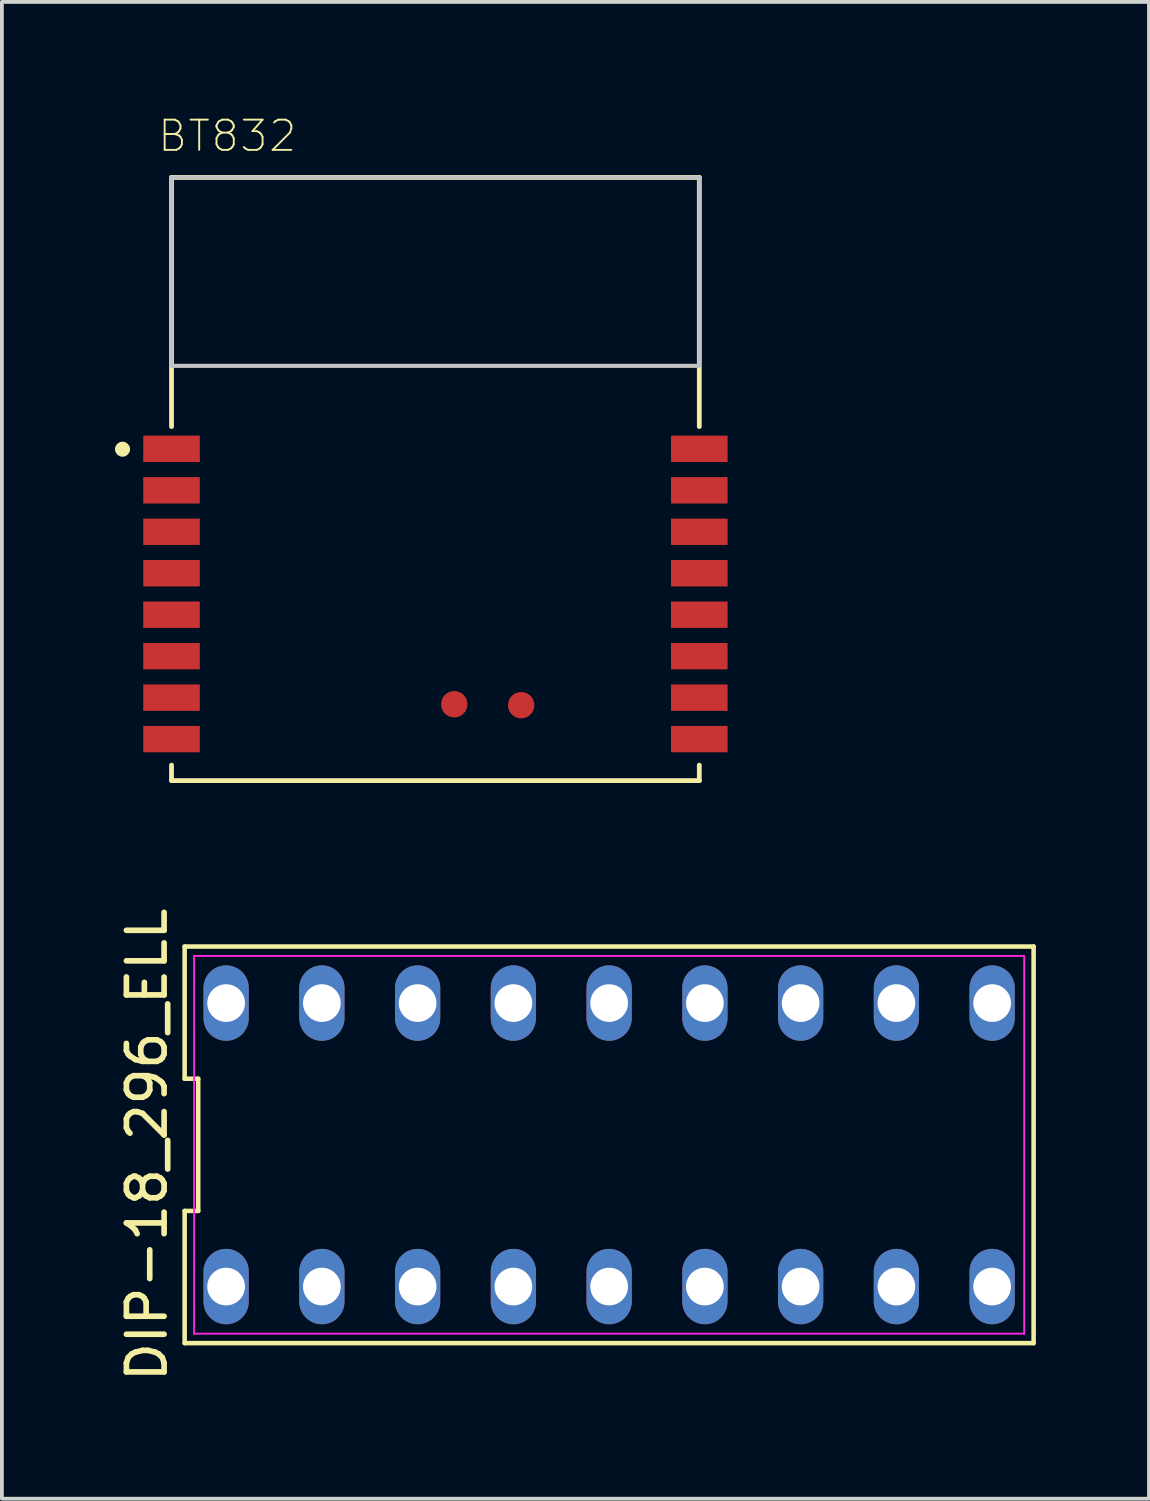
<source format=kicad_pcb>
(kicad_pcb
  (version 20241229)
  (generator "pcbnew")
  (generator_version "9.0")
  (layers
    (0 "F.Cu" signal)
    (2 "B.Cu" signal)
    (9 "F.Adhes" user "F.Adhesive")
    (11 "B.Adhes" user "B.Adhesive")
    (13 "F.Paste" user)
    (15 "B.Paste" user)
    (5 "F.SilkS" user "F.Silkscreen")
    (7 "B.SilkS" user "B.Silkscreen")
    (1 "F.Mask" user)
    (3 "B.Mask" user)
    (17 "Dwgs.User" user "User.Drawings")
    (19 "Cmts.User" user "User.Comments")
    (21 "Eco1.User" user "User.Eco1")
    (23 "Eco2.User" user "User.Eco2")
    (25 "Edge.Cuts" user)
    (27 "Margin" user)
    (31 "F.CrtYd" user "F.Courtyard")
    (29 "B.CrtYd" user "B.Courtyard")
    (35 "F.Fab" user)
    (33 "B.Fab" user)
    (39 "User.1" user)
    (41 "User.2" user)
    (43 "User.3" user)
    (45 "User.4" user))
  (footprint "BT832"
    (layer "F.Cu")
    (at 8.5 9.656)
    (property "Reference" "BT832" (at -5.521 -9.099 0) (layer "F.SilkS") (effects (font (size 0.802 0.802) (thickness 0.05))))
    (attr smd)
    (fp_line (start -7 -8) (end 7 -8) (stroke (width 0.127) (type solid)) (layer "F.SilkS"))
    (fp_line (start -7 -1.39) (end -7 -8) (stroke (width 0.127) (type solid)) (layer "F.SilkS"))
    (fp_line (start -7 7.59) (end -7 8) (stroke (width 0.127) (type solid)) (layer "F.SilkS"))
    (fp_line (start -7 8) (end 7 8) (stroke (width 0.127) (type solid)) (layer "F.SilkS"))
    (fp_line (start 7 -8) (end 7 -1.39) (stroke (width 0.127) (type solid)) (layer "F.SilkS"))
    (fp_line (start 7 8) (end 7 7.59) (stroke (width 0.127) (type solid)) (layer "F.SilkS"))
    (fp_circle (center -8.3 -0.79) (end -8.2 -0.79) (stroke (width 0.2) (type solid)) (fill no) (layer "F.SilkS"))
    (fp_poly (pts (xy -7.013 -8) (xy 7 -8) (xy 7 -3.005) (xy -7.013 -3.005)) (stroke (width 0.1) (type solid)) (fill no) (layer "Dwgs.User"))
    (fp_poly (pts (xy -7.002 -8) (xy 7 -8) (xy 7 -3.001) (xy -7.002 -3.001)) (stroke (width 0.1) (type solid)) (fill no) (layer "Dwgs.User"))
    (fp_line (start -8 -8.25) (end 8 -8.25) (stroke (width 0.05) (type solid)) (layer "Eco1.User"))
    (fp_line (start -8 8.25) (end -8 -8.25) (stroke (width 0.05) (type solid)) (layer "Eco1.User"))
    (fp_line (start 8 -8.25) (end 8 8.25) (stroke (width 0.05) (type solid)) (layer "Eco1.User"))
    (fp_line (start 8 8.25) (end -8 8.25) (stroke (width 0.05) (type solid)) (layer "Eco1.User"))
    (fp_line (start -7 -8) (end 7 -8) (stroke (width 0.127) (type solid)) (layer "Eco2.User"))
    (fp_line (start -7 8) (end -7 -8) (stroke (width 0.127) (type solid)) (layer "Eco2.User"))
    (fp_line (start 7 -8) (end 7 -1.59) (stroke (width 0.127) (type solid)) (layer "Eco2.User"))
    (fp_line (start 7 -1.58) (end 7 8) (stroke (width 0.127) (type solid)) (layer "Eco2.User"))
    (fp_line (start 7 8) (end -7 8) (stroke (width 0.127) (type solid)) (layer "Eco2.User"))
    (fp_circle (center -6.325 -0.79) (end -6.225 -0.79) (stroke (width 0.2) (type solid)) (fill no) (layer "Eco2.User"))
    (pad "1" smd rect (at -7 -0.8) (size 1.5 0.7) (layers "F.Cu" "F.Mask" "F.Paste"))
    (pad "2" smd rect (at -7 0.3) (size 1.5 0.7) (layers "F.Cu" "F.Mask" "F.Paste"))
    (pad "3" smd rect (at -7 1.4) (size 1.5 0.7) (layers "F.Cu" "F.Mask" "F.Paste"))
    (pad "4" smd rect (at -7 2.5) (size 1.5 0.7) (layers "F.Cu" "F.Mask" "F.Paste"))
    (pad "5" smd rect (at -7 3.6) (size 1.5 0.7) (layers "F.Cu" "F.Mask" "F.Paste"))
    (pad "6" smd rect (at -7 4.7) (size 1.5 0.7) (layers "F.Cu" "F.Mask" "F.Paste"))
    (pad "7" smd rect (at -7 5.8) (size 1.5 0.7) (layers "F.Cu" "F.Mask" "F.Paste"))
    (pad "8" smd rect (at -7 6.9) (size 1.5 0.7) (layers "F.Cu" "F.Mask" "F.Paste"))
    (pad "9" smd rect (at 7 6.9 180) (size 1.5 0.7) (layers "F.Cu" "F.Mask" "F.Paste"))
    (pad "10" smd rect (at 7 5.8 180) (size 1.5 0.7) (layers "F.Cu" "F.Mask" "F.Paste"))
    (pad "11" smd rect (at 7 4.7 180) (size 1.5 0.7) (layers "F.Cu" "F.Mask" "F.Paste"))
    (pad "12" smd rect (at 7 3.6 180) (size 1.5 0.7) (layers "F.Cu" "F.Mask" "F.Paste"))
    (pad "13" smd rect (at 7 2.5 180) (size 1.5 0.7) (layers "F.Cu" "F.Mask" "F.Paste"))
    (pad "14" smd rect (at 7 1.4 180) (size 1.5 0.7) (layers "F.Cu" "F.Mask" "F.Paste"))
    (pad "15" smd rect (at 7 0.3 180) (size 1.5 0.7) (layers "F.Cu" "F.Mask" "F.Paste"))
    (pad "16" smd rect (at 7 -0.8 180) (size 1.5 0.7) (layers "F.Cu" "F.Mask" "F.Paste"))
    (pad "C5" smd circle (at 0.5 5.975) (size 0.7 0.7) (layers "F.Cu" "F.Mask" "F.Paste"))
    (pad "D5" smd circle (at 2.275 6) (size 0.7 0.7) (layers "F.Cu" "F.Mask" "F.Paste")))
  (footprint "DIP-18_296_ELL"
    (layer "F.Cu")
    (at 13.108 27.318)
    (property "Reference" "DIP-18_296_ELL" (at -12.26 0 90) (layer "F.SilkS") (effects (font (size 1 1) (thickness 0.15))))
    (attr through_hole)
    (fp_line (start -11.26 -5.26) (end -11.26 -1.753) (stroke (width 0.12) (type solid)) (layer "F.SilkS"))
    (fp_line (start -11.26 -1.753) (end -10.9 -1.753) (stroke (width 0.12) (type solid)) (layer "F.SilkS"))
    (fp_line (start -11.26 1.753) (end -11.26 5.26) (stroke (width 0.12) (type solid)) (layer "F.SilkS"))
    (fp_line (start -11.26 5.26) (end 11.26 5.26) (stroke (width 0.12) (type solid)) (layer "F.SilkS"))
    (fp_line (start -10.9 -1.753) (end -10.9 1.753) (stroke (width 0.12) (type solid)) (layer "F.SilkS"))
    (fp_line (start -10.9 1.753) (end -11.26 1.753) (stroke (width 0.12) (type solid)) (layer "F.SilkS"))
    (fp_line (start 11.26 -5.26) (end -11.26 -5.26) (stroke (width 0.12) (type solid)) (layer "F.SilkS"))
    (fp_line (start 11.26 5.26) (end 11.26 -5.26) (stroke (width 0.12) (type solid)) (layer "F.SilkS"))
    (fp_line (start -11.01 -5.01) (end 11.01 -5.01) (stroke (width 0.05) (type solid)) (layer "F.CrtYd"))
    (fp_line (start -11.01 5.01) (end -11.01 -5.01) (stroke (width 0.05) (type solid)) (layer "F.CrtYd"))
    (fp_line (start 11.01 -5.01) (end 11.01 5.01) (stroke (width 0.05) (type solid)) (layer "F.CrtYd"))
    (fp_line (start 11.01 5.01) (end -11.01 5.01) (stroke (width 0.05) (type solid)) (layer "F.CrtYd"))
    (pad "1" thru_hole oval (at -10.16 3.76) (size 1.2 2) (drill 1) (layers "*.Cu" "*.Mask"))
    (pad "2" thru_hole oval (at -7.62 3.76) (size 1.2 2) (drill 1) (layers "*.Cu" "*.Mask"))
    (pad "3" thru_hole oval (at -5.08 3.76) (size 1.2 2) (drill 1) (layers "*.Cu" "*.Mask"))
    (pad "4" thru_hole oval (at -2.54 3.76) (size 1.2 2) (drill 1) (layers "*.Cu" "*.Mask"))
    (pad "5" thru_hole oval (at 0 3.76) (size 1.2 2) (drill 1) (layers "*.Cu" "*.Mask"))
    (pad "6" thru_hole oval (at 2.54 3.76) (size 1.2 2) (drill 1) (layers "*.Cu" "*.Mask"))
    (pad "7" thru_hole oval (at 5.08 3.76) (size 1.2 2) (drill 1) (layers "*.Cu" "*.Mask"))
    (pad "8" thru_hole oval (at 7.62 3.76) (size 1.2 2) (drill 1) (layers "*.Cu" "*.Mask"))
    (pad "9" thru_hole oval (at 10.16 3.76) (size 1.2 2) (drill 1) (layers "*.Cu" "*.Mask"))
    (pad "10" thru_hole oval (at 10.16 -3.76) (size 1.2 2) (drill 1) (layers "*.Cu" "*.Mask"))
    (pad "11" thru_hole oval (at 7.62 -3.76) (size 1.2 2) (drill 1) (layers "*.Cu" "*.Mask"))
    (pad "12" thru_hole oval (at 5.08 -3.76) (size 1.2 2) (drill 1) (layers "*.Cu" "*.Mask"))
    (pad "13" thru_hole oval (at 2.54 -3.76) (size 1.2 2) (drill 1) (layers "*.Cu" "*.Mask"))
    (pad "14" thru_hole oval (at 0 -3.76) (size 1.2 2) (drill 1) (layers "*.Cu" "*.Mask"))
    (pad "15" thru_hole oval (at -2.54 -3.76) (size 1.2 2) (drill 1) (layers "*.Cu" "*.Mask"))
    (pad "16" thru_hole oval (at -5.08 -3.76) (size 1.2 2) (drill 1) (layers "*.Cu" "*.Mask"))
    (pad "17" thru_hole oval (at -7.62 -3.76) (size 1.2 2) (drill 1) (layers "*.Cu" "*.Mask"))
    (pad "18" thru_hole oval (at -10.16 -3.76) (size 1.2 2) (drill 1) (layers "*.Cu" "*.Mask")))
  (gr_rect
    (start -3 -3)
    (end 27.428 36.705)
    (stroke (width 0.1) (type default))
    (fill no)
    (layer "Edge.Cuts")))
</source>
